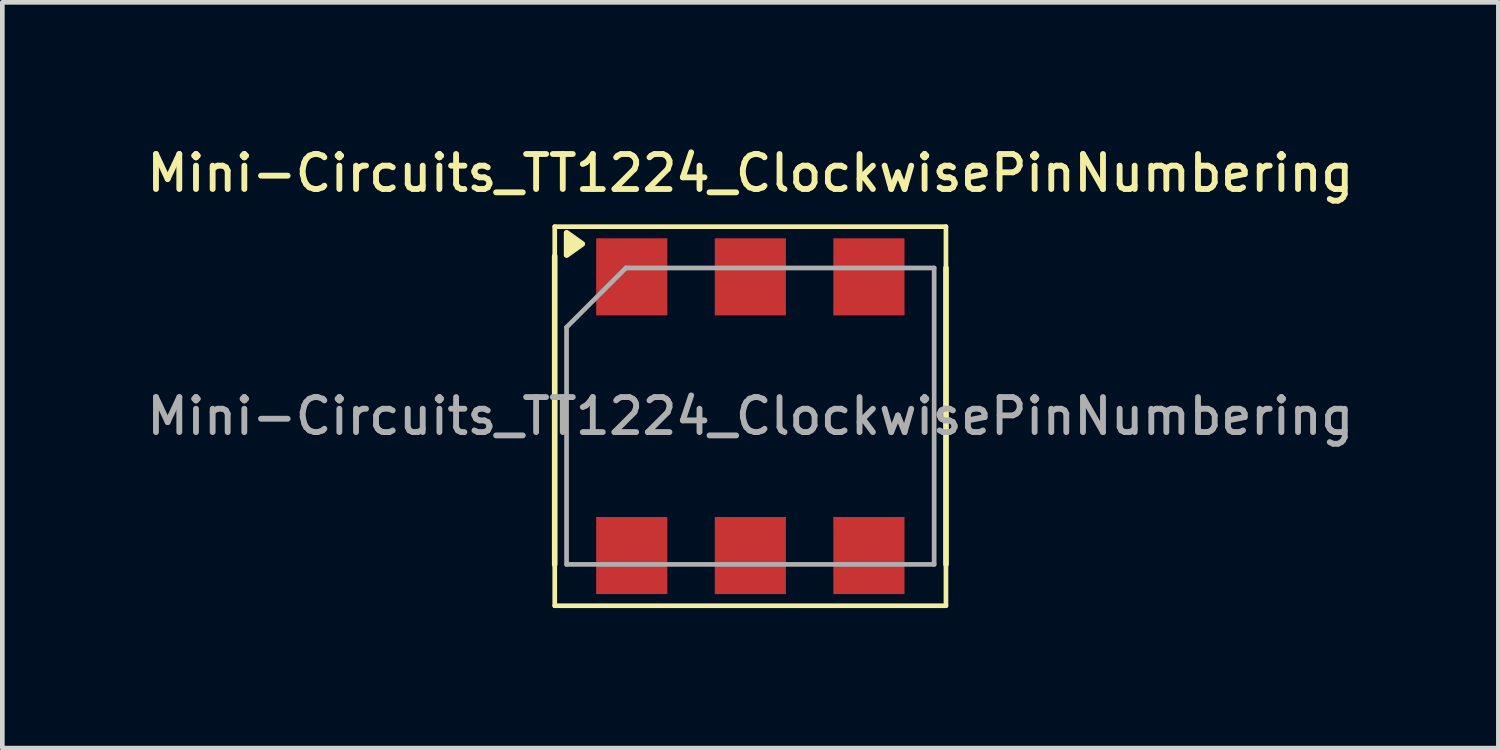
<source format=kicad_pcb>
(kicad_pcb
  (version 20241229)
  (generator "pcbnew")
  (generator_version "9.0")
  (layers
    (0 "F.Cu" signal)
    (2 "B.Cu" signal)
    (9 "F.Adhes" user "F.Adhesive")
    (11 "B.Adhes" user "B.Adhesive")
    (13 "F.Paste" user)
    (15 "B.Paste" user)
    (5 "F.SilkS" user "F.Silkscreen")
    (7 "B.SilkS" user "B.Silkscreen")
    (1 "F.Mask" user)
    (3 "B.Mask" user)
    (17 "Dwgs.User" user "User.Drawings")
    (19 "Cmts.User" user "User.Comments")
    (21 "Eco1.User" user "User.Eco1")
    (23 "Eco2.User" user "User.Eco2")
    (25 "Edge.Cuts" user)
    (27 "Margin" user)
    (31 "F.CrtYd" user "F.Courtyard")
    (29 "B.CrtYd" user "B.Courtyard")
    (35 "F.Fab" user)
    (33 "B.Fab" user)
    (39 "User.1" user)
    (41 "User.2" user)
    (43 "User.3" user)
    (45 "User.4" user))
  (footprint "Mini-Circuits_TT1224_ClockwisePinNumbering"
    (layer "F.Cu")
    (at 13.023 5.865)
    (property "Reference" "Mini-Circuits_TT1224_ClockwisePinNumbering" (at 0 -5.207 0) (layer "F.SilkS") (effects (font (size 0.75 0.75) (thickness 0.125))))
    (attr smd)
    (fp_line (start -4.191 3.175) (end -4.191 -3.429) (stroke (width 0.12) (type solid)) (layer "F.SilkS"))
    (fp_line (start -4.19 -4.06) (end -4.19 4.06) (stroke (width 0.1) (type solid)) (layer "F.SilkS"))
    (fp_line (start -4.19 -4.06) (end 4.19 -4.06) (stroke (width 0.1) (type solid)) (layer "F.SilkS"))
    (fp_line (start 4.19 4.06) (end -4.19 4.06) (stroke (width 0.1) (type solid)) (layer "F.SilkS"))
    (fp_line (start 4.19 4.06) (end 4.19 -4.06) (stroke (width 0.1) (type solid)) (layer "F.SilkS"))
    (fp_line (start 4.191 -3.175) (end 4.191 3.175) (stroke (width 0.12) (type solid)) (layer "F.SilkS"))
    (fp_poly (pts (xy -3.6 -3.69) (xy -3.936 -3.45) (xy -3.936 -3.93) (xy -3.6 -3.69)) (stroke (width 0.12) (type solid)) (fill yes) (layer "F.SilkS"))
    (fp_line (start -3.937 3.175) (end -3.937 -1.905) (stroke (width 0.1) (type solid)) (layer "F.Fab"))
    (fp_line (start -2.667 -3.175) (end -3.937 -1.905) (stroke (width 0.1) (type solid)) (layer "F.Fab"))
    (fp_line (start -2.667 -3.175) (end 3.937 -3.175) (stroke (width 0.1) (type solid)) (layer "F.Fab"))
    (fp_line (start 3.937 3.175) (end -3.937 3.175) (stroke (width 0.1) (type solid)) (layer "F.Fab"))
    (fp_line (start 3.937 3.175) (end 3.937 -3.175) (stroke (width 0.1) (type solid)) (layer "F.Fab"))
    (fp_text user "${REFERENCE}" (at 0 0 180) (layer "F.Fab") (effects (font (size 0.75 0.75) (thickness 0.125))))
    (pad "1" smd rect (at -2.54 -2.985 270) (size 1.651 1.524) (layers "F.Cu" "F.Mask" "F.Paste"))
    (pad "2" smd rect (at 0 -2.985 270) (size 1.651 1.524) (layers "F.Cu" "F.Mask" "F.Paste"))
    (pad "3" smd rect (at 2.54 -2.985 270) (size 1.651 1.524) (layers "F.Cu" "F.Mask" "F.Paste"))
    (pad "4" smd rect (at 2.54 2.985 90) (size 1.651 1.524) (layers "F.Cu" "F.Mask" "F.Paste"))
    (pad "5" smd rect (at 0 2.985 90) (size 1.651 1.524) (layers "F.Cu" "F.Mask" "F.Paste"))
    (pad "6" smd rect (at -2.54 2.985 90) (size 1.651 1.524) (layers "F.Cu" "F.Mask" "F.Paste")))
  (gr_rect
    (start -3 -3)
    (end 29.046 12.975)
    (stroke (width 0.1) (type default))
    (fill no)
    (layer "Edge.Cuts")))
</source>
